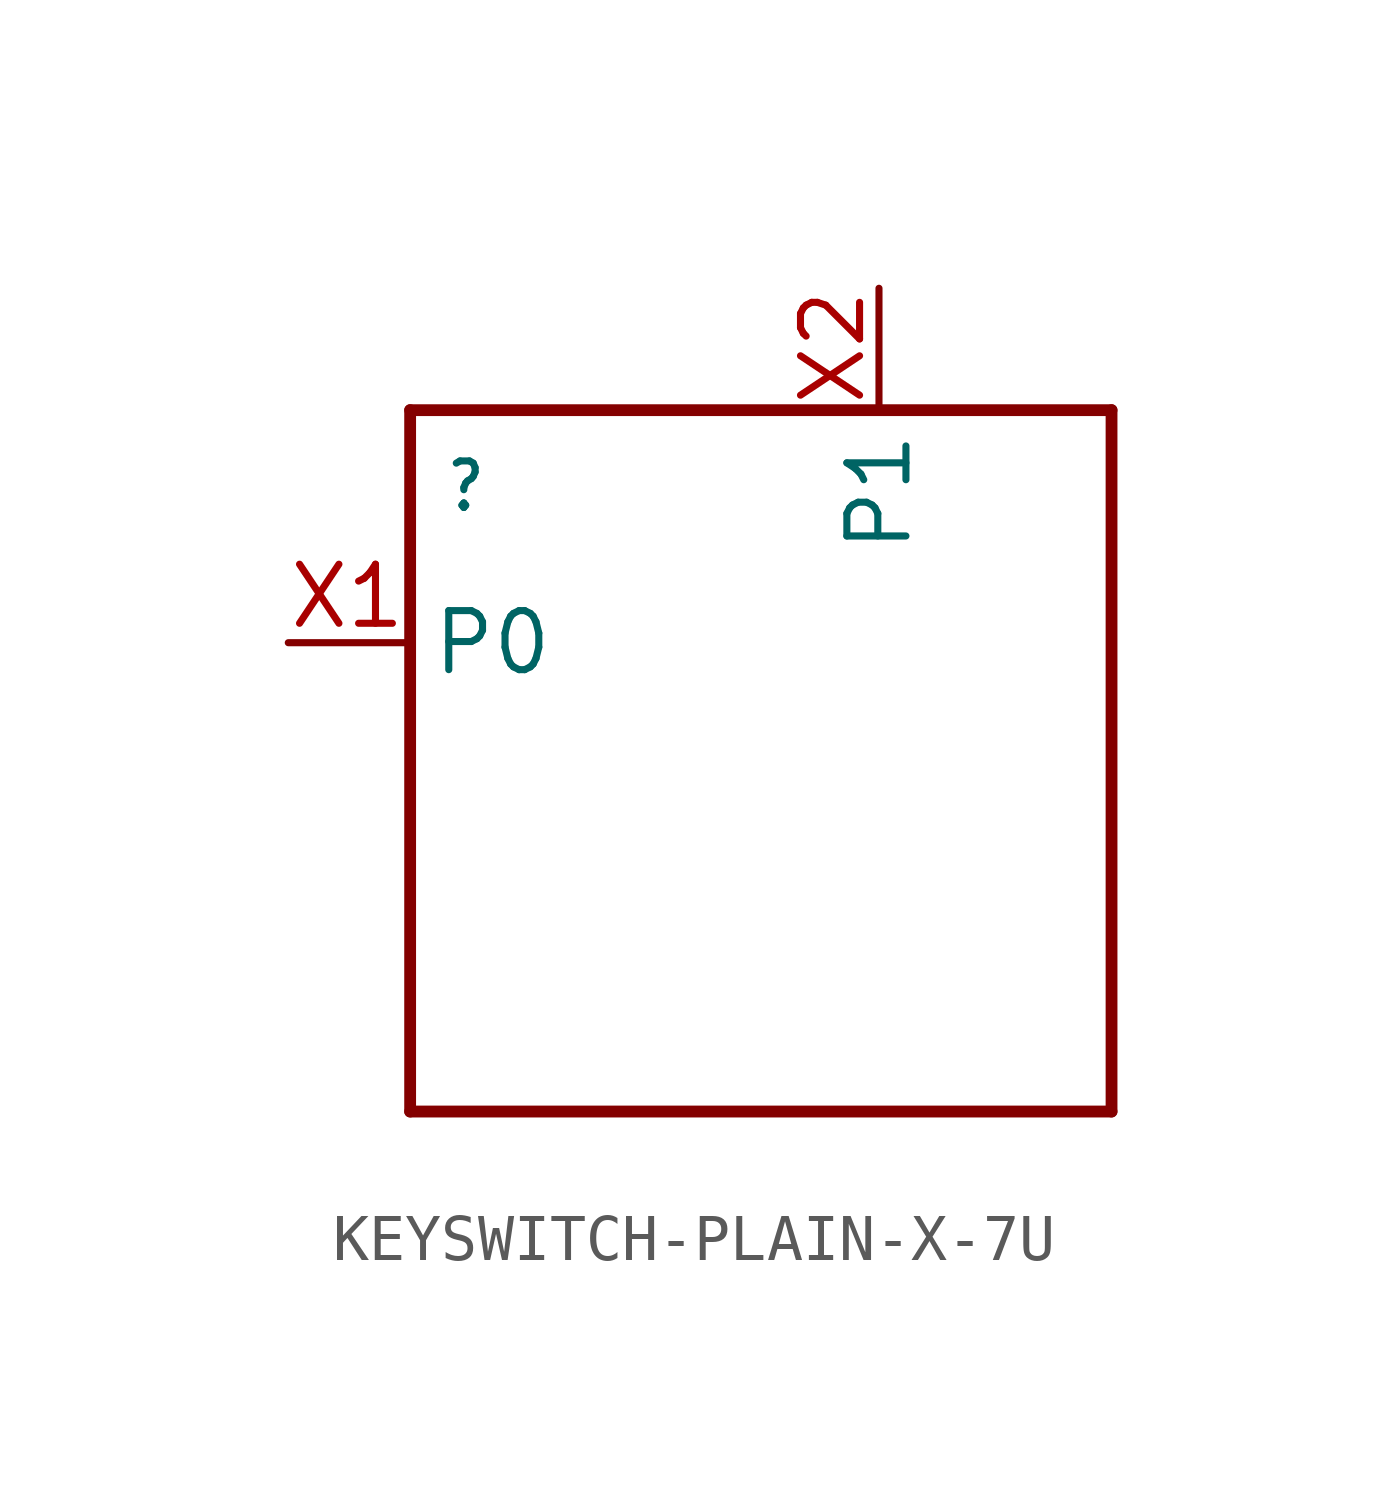
<source format=kicad_sym>
(kicad_symbol_lib
  (version 20211014)
  (generator kicad_symbol_editor)
  (symbol "KEYSWITCH-PLAIN-X-7U"
    (property "Reference" ""
      (at -6.81 5.318 0)
      (effects (font (size 1 0.85)) (justify left bottom)))
    (property "ki_locked" ""
      (at 0 0 0)
      (effects (font (size 1.27 1.27))))
    (symbol "KEYSWITCH-PLAIN-X-7U_1_0"
      (polyline (pts (xy -7.54 -7.54) (xy -7.54 7.54)) (stroke (width 0.254) (type default) (color 0 0 0 0)) (fill (type none)))
      (polyline (pts (xy -7.54 7.54) (xy 7.54 7.54)) (stroke (width 0.254) (type default) (color 0 0 0 0)) (fill (type none)))
      (polyline (pts (xy 7.54 -7.54) (xy -7.54 -7.54)) (stroke (width 0.254) (type default) (color 0 0 0 0)) (fill (type none)))
      (polyline (pts (xy 7.54 7.54) (xy 7.54 -7.54)) (stroke (width 0.254) (type default) (color 0 0 0 0)) (fill (type none)))
      (pin bidirectional line (at -10.16 2.54 0) (length 2.54) (name "P0" (effects (font (size 1.27 1.27)))) (number "X1" (effects (font (size 1.27 1.27)))))
      (pin bidirectional line (at 2.54 10.16 270) (length 2.54) (name "P1" (effects (font (size 1.27 1.27)))) (number "X2" (effects (font (size 1.27 1.27))))))))
</source>
